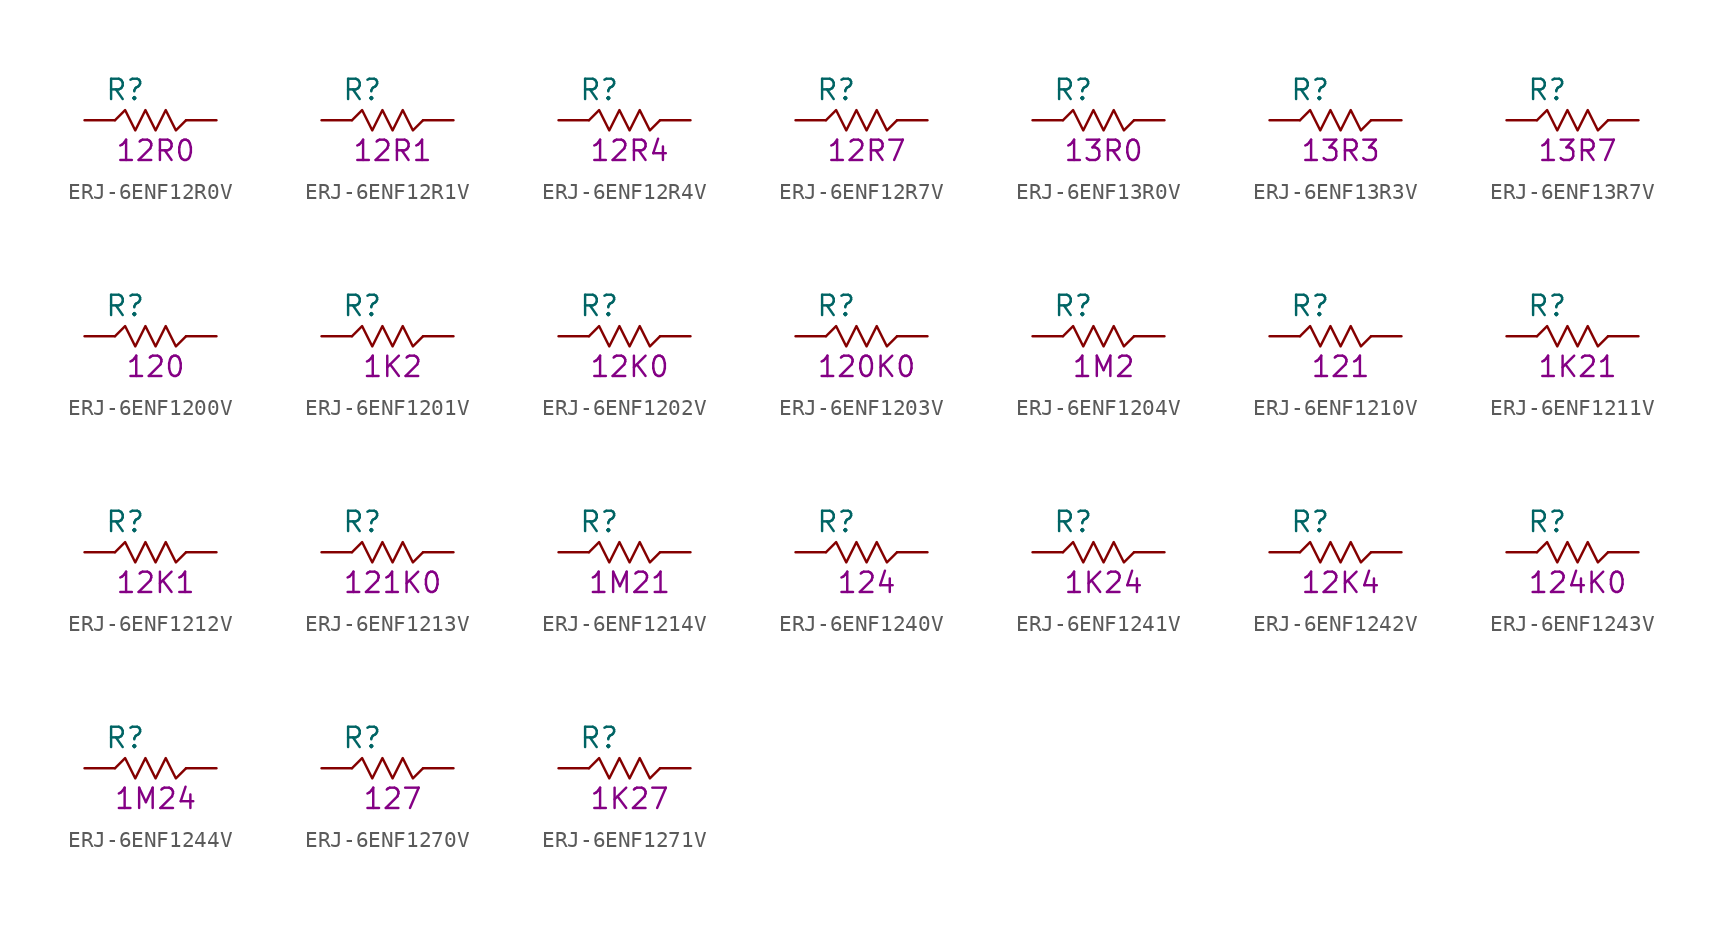
<source format=kicad_sym>
(kicad_symbol_lib
  (version 20211014)
  (generator KiCadLib_py)
  (symbol "ERJ-6ENF12R0V"
    (pin_numbers hide)
    (pin_names hide)
    (property "Reference" "R"
      (at -1.905 1.905 0)
      (effects (font (size 1.27 1.27))))
    (property "Val" "12R0"
      (at 0 -1.905 0)
      (effects (font (size 1.27 1.27))))
    (symbol "ERJ-6ENF12R0V_0_1"
      (polyline (pts (xy -2.54 0) (xy -1.905 0.635) (xy -1.27 -0.635) (xy -0.635 0.635) (xy 0 -0.635) (xy 0.635 0.635) (xy 1.27 -0.635) (xy 1.905 0)) (stroke (width 0) (type default) (color 0 0 0 0)) (fill (type none))))
    (symbol "ERJ-6ENF12R0V_1_1"
      (pin passive line (at -4.445 0 0) (length 1.905) (name "~" (effects (font (size 1.27 1.27)))) (number "1" (effects (font (size 1.27 1.27)))))
      (pin passive line (at 3.81 0 180) (length 1.905) (name "~" (effects (font (size 1.27 1.27)))) (number "2" (effects (font (size 1.27 1.27)))))))
  (symbol "ERJ-6ENF12R1V"
    (pin_numbers hide)
    (pin_names hide)
    (property "Reference" "R"
      (at -1.905 1.905 0)
      (effects (font (size 1.27 1.27))))
    (property "Val" "12R1"
      (at 0 -1.905 0)
      (effects (font (size 1.27 1.27))))
    (symbol "ERJ-6ENF12R1V_0_1"
      (polyline (pts (xy -2.54 0) (xy -1.905 0.635) (xy -1.27 -0.635) (xy -0.635 0.635) (xy 0 -0.635) (xy 0.635 0.635) (xy 1.27 -0.635) (xy 1.905 0)) (stroke (width 0) (type default) (color 0 0 0 0)) (fill (type none))))
    (symbol "ERJ-6ENF12R1V_1_1"
      (pin passive line (at -4.445 0 0) (length 1.905) (name "~" (effects (font (size 1.27 1.27)))) (number "1" (effects (font (size 1.27 1.27)))))
      (pin passive line (at 3.81 0 180) (length 1.905) (name "~" (effects (font (size 1.27 1.27)))) (number "2" (effects (font (size 1.27 1.27)))))))
  (symbol "ERJ-6ENF12R4V"
    (pin_numbers hide)
    (pin_names hide)
    (property "Reference" "R"
      (at -1.905 1.905 0)
      (effects (font (size 1.27 1.27))))
    (property "Val" "12R4"
      (at 0 -1.905 0)
      (effects (font (size 1.27 1.27))))
    (symbol "ERJ-6ENF12R4V_0_1"
      (polyline (pts (xy -2.54 0) (xy -1.905 0.635) (xy -1.27 -0.635) (xy -0.635 0.635) (xy 0 -0.635) (xy 0.635 0.635) (xy 1.27 -0.635) (xy 1.905 0)) (stroke (width 0) (type default) (color 0 0 0 0)) (fill (type none))))
    (symbol "ERJ-6ENF12R4V_1_1"
      (pin passive line (at -4.445 0 0) (length 1.905) (name "~" (effects (font (size 1.27 1.27)))) (number "1" (effects (font (size 1.27 1.27)))))
      (pin passive line (at 3.81 0 180) (length 1.905) (name "~" (effects (font (size 1.27 1.27)))) (number "2" (effects (font (size 1.27 1.27)))))))
  (symbol "ERJ-6ENF12R7V"
    (pin_numbers hide)
    (pin_names hide)
    (property "Reference" "R"
      (at -1.905 1.905 0)
      (effects (font (size 1.27 1.27))))
    (property "Val" "12R7"
      (at 0 -1.905 0)
      (effects (font (size 1.27 1.27))))
    (symbol "ERJ-6ENF12R7V_0_1"
      (polyline (pts (xy -2.54 0) (xy -1.905 0.635) (xy -1.27 -0.635) (xy -0.635 0.635) (xy 0 -0.635) (xy 0.635 0.635) (xy 1.27 -0.635) (xy 1.905 0)) (stroke (width 0) (type default) (color 0 0 0 0)) (fill (type none))))
    (symbol "ERJ-6ENF12R7V_1_1"
      (pin passive line (at -4.445 0 0) (length 1.905) (name "~" (effects (font (size 1.27 1.27)))) (number "1" (effects (font (size 1.27 1.27)))))
      (pin passive line (at 3.81 0 180) (length 1.905) (name "~" (effects (font (size 1.27 1.27)))) (number "2" (effects (font (size 1.27 1.27)))))))
  (symbol "ERJ-6ENF13R0V"
    (pin_numbers hide)
    (pin_names hide)
    (property "Reference" "R"
      (at -1.905 1.905 0)
      (effects (font (size 1.27 1.27))))
    (property "Val" "13R0"
      (at 0 -1.905 0)
      (effects (font (size 1.27 1.27))))
    (symbol "ERJ-6ENF13R0V_0_1"
      (polyline (pts (xy -2.54 0) (xy -1.905 0.635) (xy -1.27 -0.635) (xy -0.635 0.635) (xy 0 -0.635) (xy 0.635 0.635) (xy 1.27 -0.635) (xy 1.905 0)) (stroke (width 0) (type default) (color 0 0 0 0)) (fill (type none))))
    (symbol "ERJ-6ENF13R0V_1_1"
      (pin passive line (at -4.445 0 0) (length 1.905) (name "~" (effects (font (size 1.27 1.27)))) (number "1" (effects (font (size 1.27 1.27)))))
      (pin passive line (at 3.81 0 180) (length 1.905) (name "~" (effects (font (size 1.27 1.27)))) (number "2" (effects (font (size 1.27 1.27)))))))
  (symbol "ERJ-6ENF13R3V"
    (pin_numbers hide)
    (pin_names hide)
    (property "Reference" "R"
      (at -1.905 1.905 0)
      (effects (font (size 1.27 1.27))))
    (property "Val" "13R3"
      (at 0 -1.905 0)
      (effects (font (size 1.27 1.27))))
    (symbol "ERJ-6ENF13R3V_0_1"
      (polyline (pts (xy -2.54 0) (xy -1.905 0.635) (xy -1.27 -0.635) (xy -0.635 0.635) (xy 0 -0.635) (xy 0.635 0.635) (xy 1.27 -0.635) (xy 1.905 0)) (stroke (width 0) (type default) (color 0 0 0 0)) (fill (type none))))
    (symbol "ERJ-6ENF13R3V_1_1"
      (pin passive line (at -4.445 0 0) (length 1.905) (name "~" (effects (font (size 1.27 1.27)))) (number "1" (effects (font (size 1.27 1.27)))))
      (pin passive line (at 3.81 0 180) (length 1.905) (name "~" (effects (font (size 1.27 1.27)))) (number "2" (effects (font (size 1.27 1.27)))))))
  (symbol "ERJ-6ENF13R7V"
    (pin_numbers hide)
    (pin_names hide)
    (property "Reference" "R"
      (at -1.905 1.905 0)
      (effects (font (size 1.27 1.27))))
    (property "Val" "13R7"
      (at 0 -1.905 0)
      (effects (font (size 1.27 1.27))))
    (symbol "ERJ-6ENF13R7V_0_1"
      (polyline (pts (xy -2.54 0) (xy -1.905 0.635) (xy -1.27 -0.635) (xy -0.635 0.635) (xy 0 -0.635) (xy 0.635 0.635) (xy 1.27 -0.635) (xy 1.905 0)) (stroke (width 0) (type default) (color 0 0 0 0)) (fill (type none))))
    (symbol "ERJ-6ENF13R7V_1_1"
      (pin passive line (at -4.445 0 0) (length 1.905) (name "~" (effects (font (size 1.27 1.27)))) (number "1" (effects (font (size 1.27 1.27)))))
      (pin passive line (at 3.81 0 180) (length 1.905) (name "~" (effects (font (size 1.27 1.27)))) (number "2" (effects (font (size 1.27 1.27)))))))
  (symbol "ERJ-6ENF1200V"
    (pin_numbers hide)
    (pin_names hide)
    (property "Reference" "R"
      (at -1.905 1.905 0)
      (effects (font (size 1.27 1.27))))
    (property "Val" "120"
      (at 0 -1.905 0)
      (effects (font (size 1.27 1.27))))
    (symbol "ERJ-6ENF1200V_0_1"
      (polyline (pts (xy -2.54 0) (xy -1.905 0.635) (xy -1.27 -0.635) (xy -0.635 0.635) (xy 0 -0.635) (xy 0.635 0.635) (xy 1.27 -0.635) (xy 1.905 0)) (stroke (width 0) (type default) (color 0 0 0 0)) (fill (type none))))
    (symbol "ERJ-6ENF1200V_1_1"
      (pin passive line (at -4.445 0 0) (length 1.905) (name "~" (effects (font (size 1.27 1.27)))) (number "1" (effects (font (size 1.27 1.27)))))
      (pin passive line (at 3.81 0 180) (length 1.905) (name "~" (effects (font (size 1.27 1.27)))) (number "2" (effects (font (size 1.27 1.27)))))))
  (symbol "ERJ-6ENF1201V"
    (pin_numbers hide)
    (pin_names hide)
    (property "Reference" "R"
      (at -1.905 1.905 0)
      (effects (font (size 1.27 1.27))))
    (property "Val" "1K2"
      (at 0 -1.905 0)
      (effects (font (size 1.27 1.27))))
    (symbol "ERJ-6ENF1201V_0_1"
      (polyline (pts (xy -2.54 0) (xy -1.905 0.635) (xy -1.27 -0.635) (xy -0.635 0.635) (xy 0 -0.635) (xy 0.635 0.635) (xy 1.27 -0.635) (xy 1.905 0)) (stroke (width 0) (type default) (color 0 0 0 0)) (fill (type none))))
    (symbol "ERJ-6ENF1201V_1_1"
      (pin passive line (at -4.445 0 0) (length 1.905) (name "~" (effects (font (size 1.27 1.27)))) (number "1" (effects (font (size 1.27 1.27)))))
      (pin passive line (at 3.81 0 180) (length 1.905) (name "~" (effects (font (size 1.27 1.27)))) (number "2" (effects (font (size 1.27 1.27)))))))
  (symbol "ERJ-6ENF1202V"
    (pin_numbers hide)
    (pin_names hide)
    (property "Reference" "R"
      (at -1.905 1.905 0)
      (effects (font (size 1.27 1.27))))
    (property "Val" "12K0"
      (at 0 -1.905 0)
      (effects (font (size 1.27 1.27))))
    (symbol "ERJ-6ENF1202V_0_1"
      (polyline (pts (xy -2.54 0) (xy -1.905 0.635) (xy -1.27 -0.635) (xy -0.635 0.635) (xy 0 -0.635) (xy 0.635 0.635) (xy 1.27 -0.635) (xy 1.905 0)) (stroke (width 0) (type default) (color 0 0 0 0)) (fill (type none))))
    (symbol "ERJ-6ENF1202V_1_1"
      (pin passive line (at -4.445 0 0) (length 1.905) (name "~" (effects (font (size 1.27 1.27)))) (number "1" (effects (font (size 1.27 1.27)))))
      (pin passive line (at 3.81 0 180) (length 1.905) (name "~" (effects (font (size 1.27 1.27)))) (number "2" (effects (font (size 1.27 1.27)))))))
  (symbol "ERJ-6ENF1203V"
    (pin_numbers hide)
    (pin_names hide)
    (property "Reference" "R"
      (at -1.905 1.905 0)
      (effects (font (size 1.27 1.27))))
    (property "Val" "120K0"
      (at 0 -1.905 0)
      (effects (font (size 1.27 1.27))))
    (symbol "ERJ-6ENF1203V_0_1"
      (polyline (pts (xy -2.54 0) (xy -1.905 0.635) (xy -1.27 -0.635) (xy -0.635 0.635) (xy 0 -0.635) (xy 0.635 0.635) (xy 1.27 -0.635) (xy 1.905 0)) (stroke (width 0) (type default) (color 0 0 0 0)) (fill (type none))))
    (symbol "ERJ-6ENF1203V_1_1"
      (pin passive line (at -4.445 0 0) (length 1.905) (name "~" (effects (font (size 1.27 1.27)))) (number "1" (effects (font (size 1.27 1.27)))))
      (pin passive line (at 3.81 0 180) (length 1.905) (name "~" (effects (font (size 1.27 1.27)))) (number "2" (effects (font (size 1.27 1.27)))))))
  (symbol "ERJ-6ENF1204V"
    (pin_numbers hide)
    (pin_names hide)
    (property "Reference" "R"
      (at -1.905 1.905 0)
      (effects (font (size 1.27 1.27))))
    (property "Val" "1M2"
      (at 0 -1.905 0)
      (effects (font (size 1.27 1.27))))
    (symbol "ERJ-6ENF1204V_0_1"
      (polyline (pts (xy -2.54 0) (xy -1.905 0.635) (xy -1.27 -0.635) (xy -0.635 0.635) (xy 0 -0.635) (xy 0.635 0.635) (xy 1.27 -0.635) (xy 1.905 0)) (stroke (width 0) (type default) (color 0 0 0 0)) (fill (type none))))
    (symbol "ERJ-6ENF1204V_1_1"
      (pin passive line (at -4.445 0 0) (length 1.905) (name "~" (effects (font (size 1.27 1.27)))) (number "1" (effects (font (size 1.27 1.27)))))
      (pin passive line (at 3.81 0 180) (length 1.905) (name "~" (effects (font (size 1.27 1.27)))) (number "2" (effects (font (size 1.27 1.27)))))))
  (symbol "ERJ-6ENF1210V"
    (pin_numbers hide)
    (pin_names hide)
    (property "Reference" "R"
      (at -1.905 1.905 0)
      (effects (font (size 1.27 1.27))))
    (property "Val" "121"
      (at 0 -1.905 0)
      (effects (font (size 1.27 1.27))))
    (symbol "ERJ-6ENF1210V_0_1"
      (polyline (pts (xy -2.54 0) (xy -1.905 0.635) (xy -1.27 -0.635) (xy -0.635 0.635) (xy 0 -0.635) (xy 0.635 0.635) (xy 1.27 -0.635) (xy 1.905 0)) (stroke (width 0) (type default) (color 0 0 0 0)) (fill (type none))))
    (symbol "ERJ-6ENF1210V_1_1"
      (pin passive line (at -4.445 0 0) (length 1.905) (name "~" (effects (font (size 1.27 1.27)))) (number "1" (effects (font (size 1.27 1.27)))))
      (pin passive line (at 3.81 0 180) (length 1.905) (name "~" (effects (font (size 1.27 1.27)))) (number "2" (effects (font (size 1.27 1.27)))))))
  (symbol "ERJ-6ENF1211V"
    (pin_numbers hide)
    (pin_names hide)
    (property "Reference" "R"
      (at -1.905 1.905 0)
      (effects (font (size 1.27 1.27))))
    (property "Val" "1K21"
      (at 0 -1.905 0)
      (effects (font (size 1.27 1.27))))
    (symbol "ERJ-6ENF1211V_0_1"
      (polyline (pts (xy -2.54 0) (xy -1.905 0.635) (xy -1.27 -0.635) (xy -0.635 0.635) (xy 0 -0.635) (xy 0.635 0.635) (xy 1.27 -0.635) (xy 1.905 0)) (stroke (width 0) (type default) (color 0 0 0 0)) (fill (type none))))
    (symbol "ERJ-6ENF1211V_1_1"
      (pin passive line (at -4.445 0 0) (length 1.905) (name "~" (effects (font (size 1.27 1.27)))) (number "1" (effects (font (size 1.27 1.27)))))
      (pin passive line (at 3.81 0 180) (length 1.905) (name "~" (effects (font (size 1.27 1.27)))) (number "2" (effects (font (size 1.27 1.27)))))))
  (symbol "ERJ-6ENF1212V"
    (pin_numbers hide)
    (pin_names hide)
    (property "Reference" "R"
      (at -1.905 1.905 0)
      (effects (font (size 1.27 1.27))))
    (property "Val" "12K1"
      (at 0 -1.905 0)
      (effects (font (size 1.27 1.27))))
    (symbol "ERJ-6ENF1212V_0_1"
      (polyline (pts (xy -2.54 0) (xy -1.905 0.635) (xy -1.27 -0.635) (xy -0.635 0.635) (xy 0 -0.635) (xy 0.635 0.635) (xy 1.27 -0.635) (xy 1.905 0)) (stroke (width 0) (type default) (color 0 0 0 0)) (fill (type none))))
    (symbol "ERJ-6ENF1212V_1_1"
      (pin passive line (at -4.445 0 0) (length 1.905) (name "~" (effects (font (size 1.27 1.27)))) (number "1" (effects (font (size 1.27 1.27)))))
      (pin passive line (at 3.81 0 180) (length 1.905) (name "~" (effects (font (size 1.27 1.27)))) (number "2" (effects (font (size 1.27 1.27)))))))
  (symbol "ERJ-6ENF1213V"
    (pin_numbers hide)
    (pin_names hide)
    (property "Reference" "R"
      (at -1.905 1.905 0)
      (effects (font (size 1.27 1.27))))
    (property "Val" "121K0"
      (at 0 -1.905 0)
      (effects (font (size 1.27 1.27))))
    (symbol "ERJ-6ENF1213V_0_1"
      (polyline (pts (xy -2.54 0) (xy -1.905 0.635) (xy -1.27 -0.635) (xy -0.635 0.635) (xy 0 -0.635) (xy 0.635 0.635) (xy 1.27 -0.635) (xy 1.905 0)) (stroke (width 0) (type default) (color 0 0 0 0)) (fill (type none))))
    (symbol "ERJ-6ENF1213V_1_1"
      (pin passive line (at -4.445 0 0) (length 1.905) (name "~" (effects (font (size 1.27 1.27)))) (number "1" (effects (font (size 1.27 1.27)))))
      (pin passive line (at 3.81 0 180) (length 1.905) (name "~" (effects (font (size 1.27 1.27)))) (number "2" (effects (font (size 1.27 1.27)))))))
  (symbol "ERJ-6ENF1214V"
    (pin_numbers hide)
    (pin_names hide)
    (property "Reference" "R"
      (at -1.905 1.905 0)
      (effects (font (size 1.27 1.27))))
    (property "Val" "1M21"
      (at 0 -1.905 0)
      (effects (font (size 1.27 1.27))))
    (symbol "ERJ-6ENF1214V_0_1"
      (polyline (pts (xy -2.54 0) (xy -1.905 0.635) (xy -1.27 -0.635) (xy -0.635 0.635) (xy 0 -0.635) (xy 0.635 0.635) (xy 1.27 -0.635) (xy 1.905 0)) (stroke (width 0) (type default) (color 0 0 0 0)) (fill (type none))))
    (symbol "ERJ-6ENF1214V_1_1"
      (pin passive line (at -4.445 0 0) (length 1.905) (name "~" (effects (font (size 1.27 1.27)))) (number "1" (effects (font (size 1.27 1.27)))))
      (pin passive line (at 3.81 0 180) (length 1.905) (name "~" (effects (font (size 1.27 1.27)))) (number "2" (effects (font (size 1.27 1.27)))))))
  (symbol "ERJ-6ENF1240V"
    (pin_numbers hide)
    (pin_names hide)
    (property "Reference" "R"
      (at -1.905 1.905 0)
      (effects (font (size 1.27 1.27))))
    (property "Val" "124"
      (at 0 -1.905 0)
      (effects (font (size 1.27 1.27))))
    (symbol "ERJ-6ENF1240V_0_1"
      (polyline (pts (xy -2.54 0) (xy -1.905 0.635) (xy -1.27 -0.635) (xy -0.635 0.635) (xy 0 -0.635) (xy 0.635 0.635) (xy 1.27 -0.635) (xy 1.905 0)) (stroke (width 0) (type default) (color 0 0 0 0)) (fill (type none))))
    (symbol "ERJ-6ENF1240V_1_1"
      (pin passive line (at -4.445 0 0) (length 1.905) (name "~" (effects (font (size 1.27 1.27)))) (number "1" (effects (font (size 1.27 1.27)))))
      (pin passive line (at 3.81 0 180) (length 1.905) (name "~" (effects (font (size 1.27 1.27)))) (number "2" (effects (font (size 1.27 1.27)))))))
  (symbol "ERJ-6ENF1241V"
    (pin_numbers hide)
    (pin_names hide)
    (property "Reference" "R"
      (at -1.905 1.905 0)
      (effects (font (size 1.27 1.27))))
    (property "Val" "1K24"
      (at 0 -1.905 0)
      (effects (font (size 1.27 1.27))))
    (symbol "ERJ-6ENF1241V_0_1"
      (polyline (pts (xy -2.54 0) (xy -1.905 0.635) (xy -1.27 -0.635) (xy -0.635 0.635) (xy 0 -0.635) (xy 0.635 0.635) (xy 1.27 -0.635) (xy 1.905 0)) (stroke (width 0) (type default) (color 0 0 0 0)) (fill (type none))))
    (symbol "ERJ-6ENF1241V_1_1"
      (pin passive line (at -4.445 0 0) (length 1.905) (name "~" (effects (font (size 1.27 1.27)))) (number "1" (effects (font (size 1.27 1.27)))))
      (pin passive line (at 3.81 0 180) (length 1.905) (name "~" (effects (font (size 1.27 1.27)))) (number "2" (effects (font (size 1.27 1.27)))))))
  (symbol "ERJ-6ENF1242V"
    (pin_numbers hide)
    (pin_names hide)
    (property "Reference" "R"
      (at -1.905 1.905 0)
      (effects (font (size 1.27 1.27))))
    (property "Val" "12K4"
      (at 0 -1.905 0)
      (effects (font (size 1.27 1.27))))
    (symbol "ERJ-6ENF1242V_0_1"
      (polyline (pts (xy -2.54 0) (xy -1.905 0.635) (xy -1.27 -0.635) (xy -0.635 0.635) (xy 0 -0.635) (xy 0.635 0.635) (xy 1.27 -0.635) (xy 1.905 0)) (stroke (width 0) (type default) (color 0 0 0 0)) (fill (type none))))
    (symbol "ERJ-6ENF1242V_1_1"
      (pin passive line (at -4.445 0 0) (length 1.905) (name "~" (effects (font (size 1.27 1.27)))) (number "1" (effects (font (size 1.27 1.27)))))
      (pin passive line (at 3.81 0 180) (length 1.905) (name "~" (effects (font (size 1.27 1.27)))) (number "2" (effects (font (size 1.27 1.27)))))))
  (symbol "ERJ-6ENF1243V"
    (pin_numbers hide)
    (pin_names hide)
    (property "Reference" "R"
      (at -1.905 1.905 0)
      (effects (font (size 1.27 1.27))))
    (property "Val" "124K0"
      (at 0 -1.905 0)
      (effects (font (size 1.27 1.27))))
    (symbol "ERJ-6ENF1243V_0_1"
      (polyline (pts (xy -2.54 0) (xy -1.905 0.635) (xy -1.27 -0.635) (xy -0.635 0.635) (xy 0 -0.635) (xy 0.635 0.635) (xy 1.27 -0.635) (xy 1.905 0)) (stroke (width 0) (type default) (color 0 0 0 0)) (fill (type none))))
    (symbol "ERJ-6ENF1243V_1_1"
      (pin passive line (at -4.445 0 0) (length 1.905) (name "~" (effects (font (size 1.27 1.27)))) (number "1" (effects (font (size 1.27 1.27)))))
      (pin passive line (at 3.81 0 180) (length 1.905) (name "~" (effects (font (size 1.27 1.27)))) (number "2" (effects (font (size 1.27 1.27)))))))
  (symbol "ERJ-6ENF1244V"
    (pin_numbers hide)
    (pin_names hide)
    (property "Reference" "R"
      (at -1.905 1.905 0)
      (effects (font (size 1.27 1.27))))
    (property "Val" "1M24"
      (at 0 -1.905 0)
      (effects (font (size 1.27 1.27))))
    (symbol "ERJ-6ENF1244V_0_1"
      (polyline (pts (xy -2.54 0) (xy -1.905 0.635) (xy -1.27 -0.635) (xy -0.635 0.635) (xy 0 -0.635) (xy 0.635 0.635) (xy 1.27 -0.635) (xy 1.905 0)) (stroke (width 0) (type default) (color 0 0 0 0)) (fill (type none))))
    (symbol "ERJ-6ENF1244V_1_1"
      (pin passive line (at -4.445 0 0) (length 1.905) (name "~" (effects (font (size 1.27 1.27)))) (number "1" (effects (font (size 1.27 1.27)))))
      (pin passive line (at 3.81 0 180) (length 1.905) (name "~" (effects (font (size 1.27 1.27)))) (number "2" (effects (font (size 1.27 1.27)))))))
  (symbol "ERJ-6ENF1270V"
    (pin_numbers hide)
    (pin_names hide)
    (property "Reference" "R"
      (at -1.905 1.905 0)
      (effects (font (size 1.27 1.27))))
    (property "Val" "127"
      (at 0 -1.905 0)
      (effects (font (size 1.27 1.27))))
    (symbol "ERJ-6ENF1270V_0_1"
      (polyline (pts (xy -2.54 0) (xy -1.905 0.635) (xy -1.27 -0.635) (xy -0.635 0.635) (xy 0 -0.635) (xy 0.635 0.635) (xy 1.27 -0.635) (xy 1.905 0)) (stroke (width 0) (type default) (color 0 0 0 0)) (fill (type none))))
    (symbol "ERJ-6ENF1270V_1_1"
      (pin passive line (at -4.445 0 0) (length 1.905) (name "~" (effects (font (size 1.27 1.27)))) (number "1" (effects (font (size 1.27 1.27)))))
      (pin passive line (at 3.81 0 180) (length 1.905) (name "~" (effects (font (size 1.27 1.27)))) (number "2" (effects (font (size 1.27 1.27)))))))
  (symbol "ERJ-6ENF1271V"
    (pin_numbers hide)
    (pin_names hide)
    (property "Reference" "R"
      (at -1.905 1.905 0)
      (effects (font (size 1.27 1.27))))
    (property "Val" "1K27"
      (at 0 -1.905 0)
      (effects (font (size 1.27 1.27))))
    (symbol "ERJ-6ENF1271V_0_1"
      (polyline (pts (xy -2.54 0) (xy -1.905 0.635) (xy -1.27 -0.635) (xy -0.635 0.635) (xy 0 -0.635) (xy 0.635 0.635) (xy 1.27 -0.635) (xy 1.905 0)) (stroke (width 0) (type default) (color 0 0 0 0)) (fill (type none))))
    (symbol "ERJ-6ENF1271V_1_1"
      (pin passive line (at -4.445 0 0) (length 1.905) (name "~" (effects (font (size 1.27 1.27)))) (number "1" (effects (font (size 1.27 1.27)))))
      (pin passive line (at 3.81 0 180) (length 1.905) (name "~" (effects (font (size 1.27 1.27)))) (number "2" (effects (font (size 1.27 1.27))))))))
</source>
